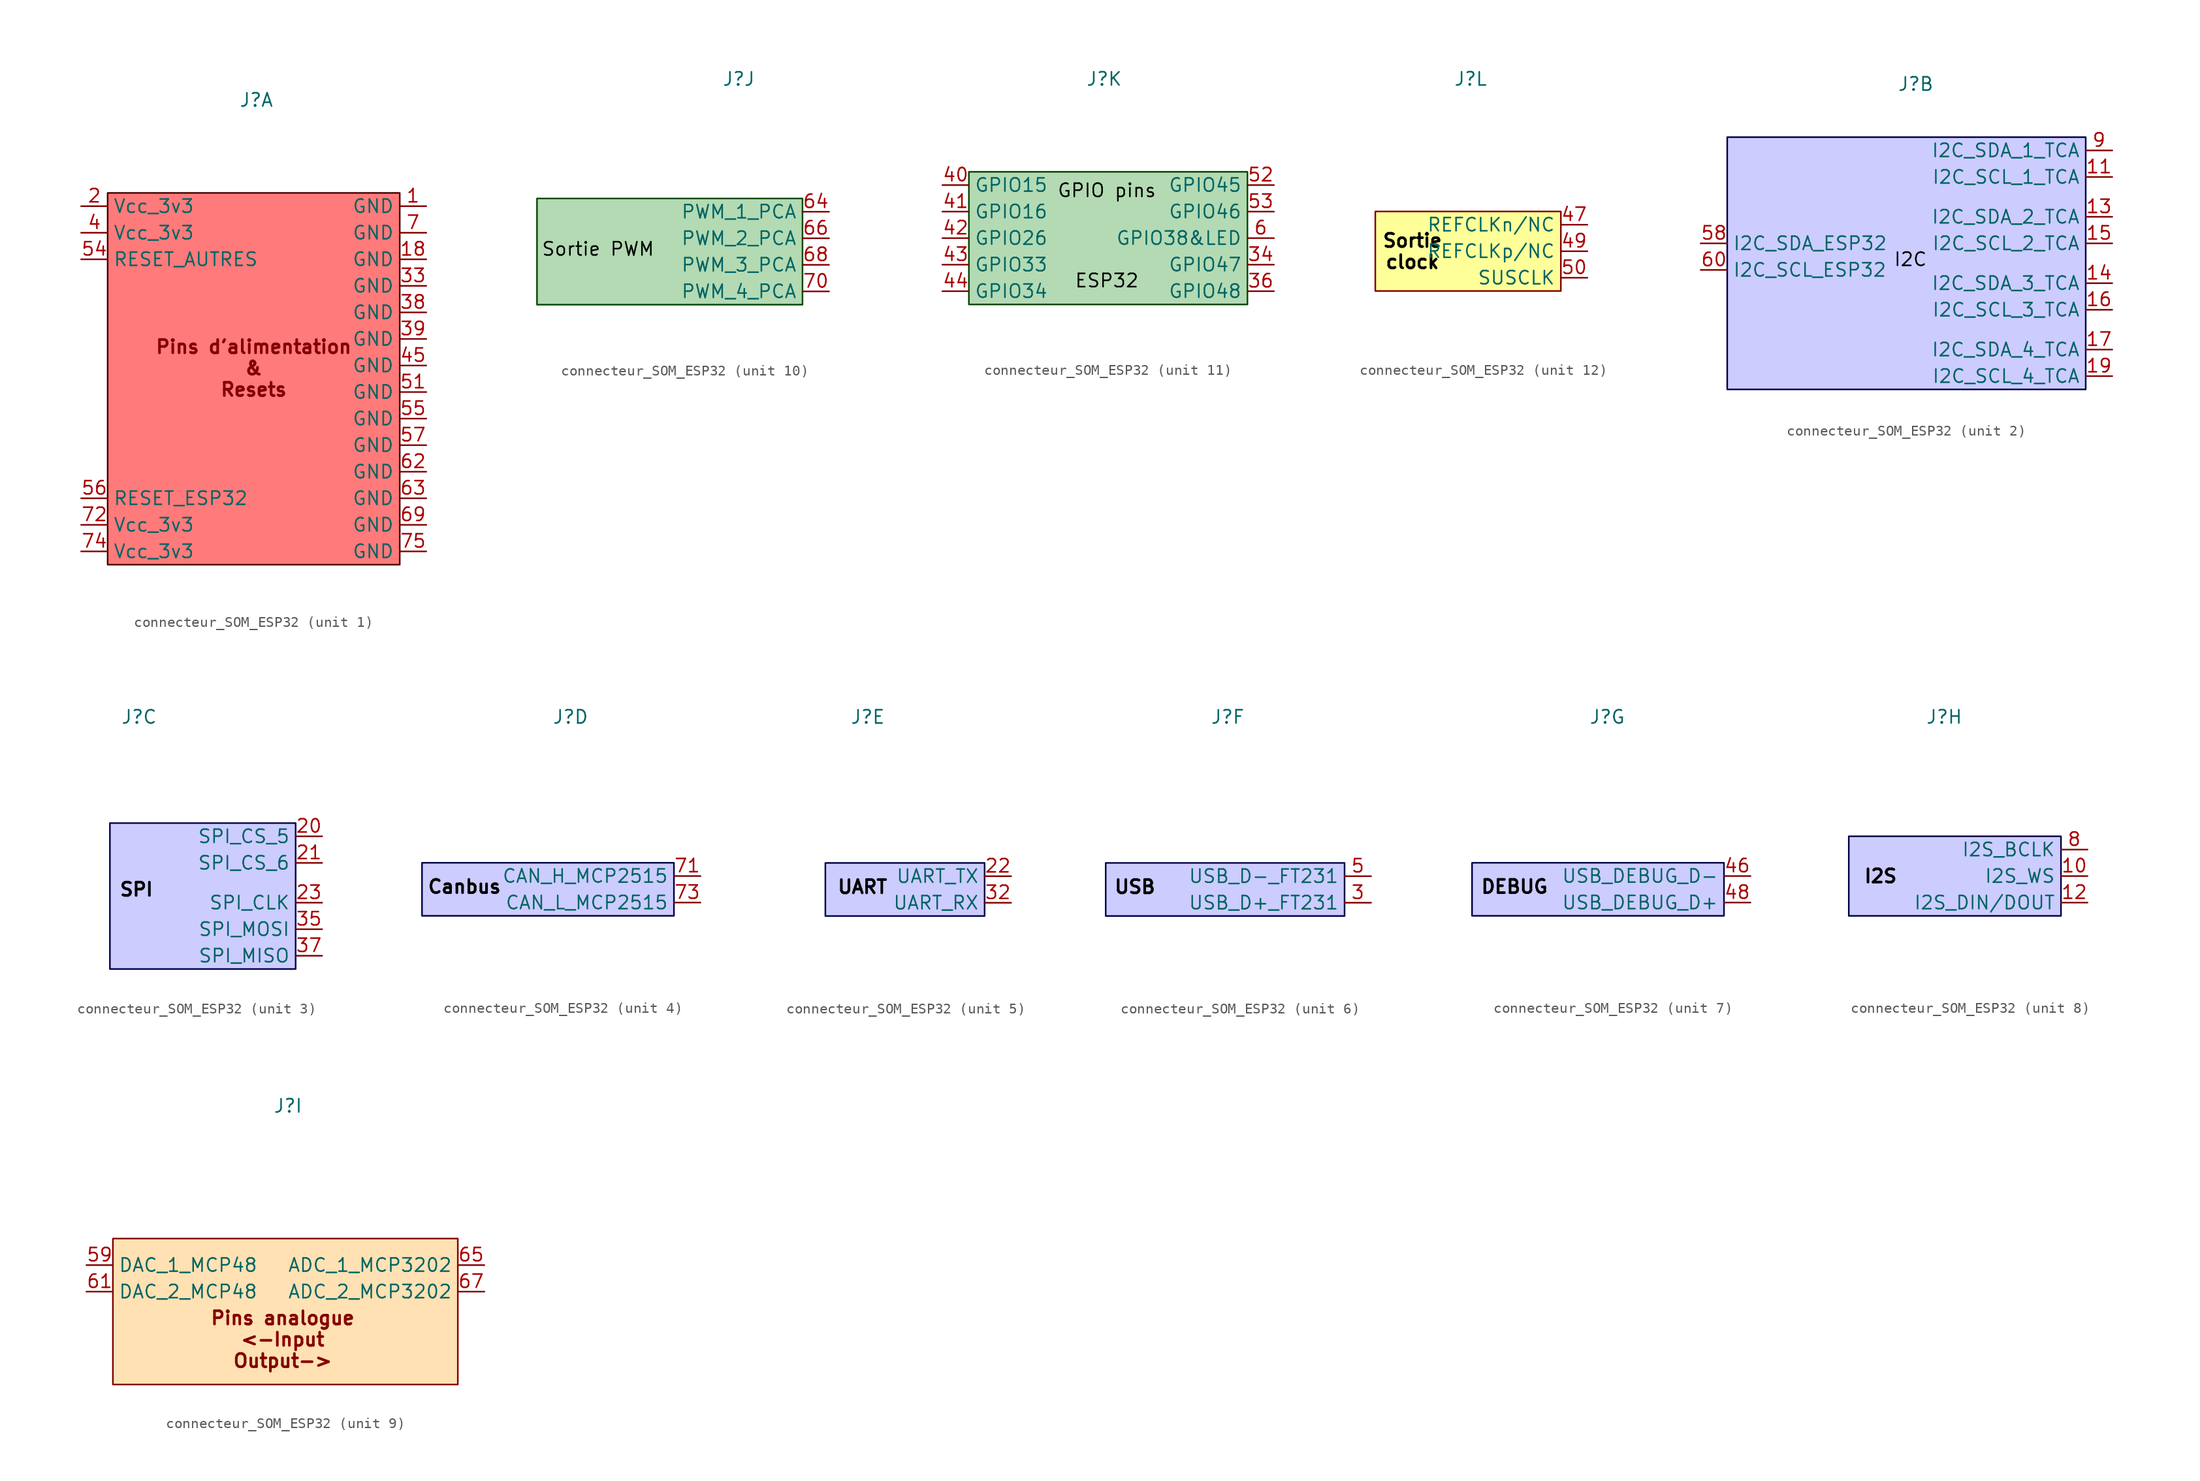
<source format=kicad_sym>
(kicad_symbol_lib
  (version 20231120)
  (generator "kicad_symbol_editor")
  (generator_version "8.0")
  (symbol "connecteur_SOM_ESP32"
    (property "Reference" "J"
      (at 0.254 16.51 0)
      (effects (font (size 1.27 1.27))))
    (property "Value" ""
      (at -6.35 -7.62 0)
      (effects (font (size 1.27 1.27))))
    (property "ki_locked" ""
      (at 0 0 0)
      (effects (font (size 1.27 1.27))))
    (symbol "connecteur_SOM_ESP32_1_1"
      (rectangle (start -13.97 7.62) (end 13.97 -27.94) (stroke (width 0) (type default) (color 72 0 0 1)) (fill (type color) (color 255 0 0 0.52)))
      (text "Pins d'alimentation\n&\nResets" (at 0 -9.144 0) (effects (font (size 1.27 1.27) (bold yes))))
      (pin power_in line (at 16.51 6.35 180) (length 2.54) (name "GND" (effects (font (size 1.27 1.27)))) (number "1" (effects (font (size 1.27 1.27)))))
      (pin power_in line (at 16.51 1.27 180) (length 2.54) (name "GND" (effects (font (size 1.27 1.27)))) (number "18" (effects (font (size 1.27 1.27)))))
      (pin power_in line (at -16.51 6.35 0) (length 2.54) (name "Vcc_3v3" (effects (font (size 1.27 1.27)))) (number "2" (effects (font (size 1.27 1.27)))))
      (pin power_in line (at 16.51 -1.27 180) (length 2.54) (name "GND" (effects (font (size 1.27 1.27)))) (number "33" (effects (font (size 1.27 1.27)))))
      (pin power_in line (at 16.51 -3.81 180) (length 2.54) (name "GND" (effects (font (size 1.27 1.27)))) (number "38" (effects (font (size 1.27 1.27)))))
      (pin power_in line (at 16.51 -6.35 180) (length 2.54) (name "GND" (effects (font (size 1.27 1.27)))) (number "39" (effects (font (size 1.27 1.27)))))
      (pin power_in line (at -16.51 3.81 0) (length 2.54) (name "Vcc_3v3" (effects (font (size 1.27 1.27)))) (number "4" (effects (font (size 1.27 1.27)))))
      (pin power_in line (at 16.51 -8.89 180) (length 2.54) (name "GND" (effects (font (size 1.27 1.27)))) (number "45" (effects (font (size 1.27 1.27)))))
      (pin power_in line (at 16.51 -11.43 180) (length 2.54) (name "GND" (effects (font (size 1.27 1.27)))) (number "51" (effects (font (size 1.27 1.27)))))
      (pin bidirectional line (at -16.51 1.27 0) (length 2.54) (name "RESET_AUTRES" (effects (font (size 1.27 1.27)))) (number "54" (effects (font (size 1.27 1.27)))))
      (pin power_in line (at 16.51 -13.97 180) (length 2.54) (name "GND" (effects (font (size 1.27 1.27)))) (number "55" (effects (font (size 1.27 1.27)))))
      (pin bidirectional line (at -16.51 -21.59 0) (length 2.54) (name "RESET_ESP32" (effects (font (size 1.27 1.27)))) (number "56" (effects (font (size 1.27 1.27)))))
      (pin power_in line (at 16.51 -16.51 180) (length 2.54) (name "GND" (effects (font (size 1.27 1.27)))) (number "57" (effects (font (size 1.27 1.27)))))
      (pin power_in line (at 16.51 -19.05 180) (length 2.54) (name "GND" (effects (font (size 1.27 1.27)))) (number "62" (effects (font (size 1.27 1.27)))))
      (pin power_in line (at 16.51 -21.59 180) (length 2.54) (name "GND" (effects (font (size 1.27 1.27)))) (number "63" (effects (font (size 1.27 1.27)))))
      (pin power_in line (at 16.51 -24.13 180) (length 2.54) (name "GND" (effects (font (size 1.27 1.27)))) (number "69" (effects (font (size 1.27 1.27)))))
      (pin power_in line (at 16.51 3.81 180) (length 2.54) (name "GND" (effects (font (size 1.27 1.27)))) (number "7" (effects (font (size 1.27 1.27)))))
      (pin power_in line (at -16.51 -24.13 0) (length 2.54) (name "Vcc_3v3" (effects (font (size 1.27 1.27)))) (number "72" (effects (font (size 1.27 1.27)))))
      (pin power_in line (at -16.51 -26.67 0) (length 2.54) (name "Vcc_3v3" (effects (font (size 1.27 1.27)))) (number "74" (effects (font (size 1.27 1.27)))))
      (pin power_in line (at 16.51 -26.67 180) (length 2.54) (name "GND" (effects (font (size 1.27 1.27)))) (number "75" (effects (font (size 1.27 1.27))))))
    (symbol "connecteur_SOM_ESP32_2_1"
      (rectangle (start -17.78 11.43) (end 16.51 -12.7) (stroke (width 0) (type default) (color 0 0 72 1)) (fill (type color) (color 0 0 255 0.2)))
      (text "I2C" (at -0.254 -0.254 0) (effects (font (size 1.27 1.27) (color 0 0 0 1))))
      (pin bidirectional line (at 19.05 7.62 180) (length 2.54) (name "I2C_SCL_1_TCA" (effects (font (size 1.27 1.27)))) (number "11" (effects (font (size 1.27 1.27)))))
      (pin bidirectional line (at 19.05 3.81 180) (length 2.54) (name "I2C_SDA_2_TCA" (effects (font (size 1.27 1.27)))) (number "13" (effects (font (size 1.27 1.27)))))
      (pin bidirectional line (at 19.05 -2.54 180) (length 2.54) (name "I2C_SDA_3_TCA" (effects (font (size 1.27 1.27)))) (number "14" (effects (font (size 1.27 1.27)))))
      (pin bidirectional line (at 19.05 1.27 180) (length 2.54) (name "I2C_SCL_2_TCA" (effects (font (size 1.27 1.27)))) (number "15" (effects (font (size 1.27 1.27)))))
      (pin bidirectional line (at 19.05 -5.08 180) (length 2.54) (name "I2C_SCL_3_TCA" (effects (font (size 1.27 1.27)))) (number "16" (effects (font (size 1.27 1.27)))))
      (pin bidirectional line (at 19.05 -8.89 180) (length 2.54) (name "I2C_SDA_4_TCA" (effects (font (size 1.27 1.27)))) (number "17" (effects (font (size 1.27 1.27)))))
      (pin bidirectional line (at 19.05 -11.43 180) (length 2.54) (name "I2C_SCL_4_TCA" (effects (font (size 1.27 1.27)))) (number "19" (effects (font (size 1.27 1.27)))))
      (pin bidirectional line (at -20.32 1.27 0) (length 2.54) (name "I2C_SDA_ESP32" (effects (font (size 1.27 1.27)))) (number "58" (effects (font (size 1.27 1.27)))))
      (pin bidirectional line (at -20.32 -1.27 0) (length 2.54) (name "I2C_SCL_ESP32" (effects (font (size 1.27 1.27)))) (number "60" (effects (font (size 1.27 1.27)))))
      (pin bidirectional line (at 19.05 10.16 180) (length 2.54) (name "I2C_SDA_1_TCA" (effects (font (size 1.27 1.27)))) (number "9" (effects (font (size 1.27 1.27))))))
    (symbol "connecteur_SOM_ESP32_3_1"
      (rectangle (start -2.54 6.35) (end 15.24 -7.62) (stroke (width 0) (type default) (color 0 0 72 1)) (fill (type color) (color 0 0 255 0.2)))
      (text "SPI" (at 0 0 0) (effects (font (size 1.27 1.27) (bold yes) (color 0 0 0 1))))
      (pin bidirectional line (at 17.78 5.08 180) (length 2.54) (name "SPI_CS_5" (effects (font (size 1.27 1.27)))) (number "20" (effects (font (size 1.27 1.27)))))
      (pin bidirectional line (at 17.78 2.54 180) (length 2.54) (name "SPI_CS_6" (effects (font (size 1.27 1.27)))) (number "21" (effects (font (size 1.27 1.27)))))
      (pin bidirectional line (at 17.78 -1.27 180) (length 2.54) (name "SPI_CLK" (effects (font (size 1.27 1.27)))) (number "23" (effects (font (size 1.27 1.27)))))
      (pin bidirectional line (at 17.78 -3.81 180) (length 2.54) (name "SPI_MOSI" (effects (font (size 1.27 1.27)))) (number "35" (effects (font (size 1.27 1.27)))))
      (pin bidirectional line (at 17.78 -6.35 180) (length 2.54) (name "SPI_MISO" (effects (font (size 1.27 1.27)))) (number "37" (effects (font (size 1.27 1.27))))))
    (symbol "connecteur_SOM_ESP32_4_1"
      (rectangle (start -13.97 2.54) (end 10.16 -2.54) (stroke (width 0) (type default) (color 0 0 72 1)) (fill (type color) (color 0 0 255 0.2)))
      (text "Canbus" (at -9.906 0.254 0) (effects (font (size 1.27 1.27) (bold yes) (color 0 0 0 1))))
      (pin bidirectional line (at 12.7 1.27 180) (length 2.54) (name "CAN_H_MCP2515" (effects (font (size 1.27 1.27)))) (number "71" (effects (font (size 1.27 1.27)))))
      (pin bidirectional line (at 12.7 -1.27 180) (length 2.54) (name "CAN_L_MCP2515" (effects (font (size 1.27 1.27)))) (number "73" (effects (font (size 1.27 1.27))))))
    (symbol "connecteur_SOM_ESP32_5_1"
      (rectangle (start -3.81 2.54) (end 11.43 -2.54) (stroke (width 0) (type default) (color 0 0 72 1)) (fill (type color) (color 0 0 255 0.2)))
      (text "UART" (at -0.254 0.254 0) (effects (font (size 1.27 1.27) (bold yes) (color 0 0 0 1))))
      (pin bidirectional line (at 13.97 1.27 180) (length 2.54) (name "UART_TX" (effects (font (size 1.27 1.27)))) (number "22" (effects (font (size 1.27 1.27)))))
      (pin bidirectional line (at 13.97 -1.27 180) (length 2.54) (name "UART_RX" (effects (font (size 1.27 1.27)))) (number "32" (effects (font (size 1.27 1.27))))))
    (symbol "connecteur_SOM_ESP32_6_1"
      (rectangle (start -11.43 2.54) (end 11.43 -2.54) (stroke (width 0) (type default) (color 0 0 72 1)) (fill (type color) (color 0 0 255 0.2)))
      (text "USB" (at -8.636 0.254 0) (effects (font (size 1.27 1.27) (bold yes) (color 0 0 0 1))))
      (pin bidirectional line (at 13.97 -1.27 180) (length 2.54) (name "USB_D+_FT231" (effects (font (size 1.27 1.27)))) (number "3" (effects (font (size 1.27 1.27)))))
      (pin bidirectional line (at 13.97 1.27 180) (length 2.54) (name "USB_D-_FT231" (effects (font (size 1.27 1.27)))) (number "5" (effects (font (size 1.27 1.27))))))
    (symbol "connecteur_SOM_ESP32_7_1"
      (rectangle (start -12.7 2.54) (end 11.43 -2.54) (stroke (width 0) (type default) (color 0 0 72 1)) (fill (type color) (color 0 0 255 0.2)))
      (text "DEBUG" (at -8.636 0.254 0) (effects (font (size 1.27 1.27) (bold yes) (color 0 0 0 1))))
      (pin bidirectional line (at 13.97 1.27 180) (length 2.54) (name "USB_DEBUG_D-" (effects (font (size 1.27 1.27)))) (number "46" (effects (font (size 1.27 1.27)))))
      (pin bidirectional line (at 13.97 -1.27 180) (length 2.54) (name "USB_DEBUG_D+" (effects (font (size 1.27 1.27)))) (number "48" (effects (font (size 1.27 1.27))))))
    (symbol "connecteur_SOM_ESP32_8_1"
      (rectangle (start -8.89 5.08) (end 11.43 -2.54) (stroke (width 0) (type default) (color 0 0 72 1)) (fill (type color) (color 0 0 255 0.2)))
      (text "I2S" (at -5.842 1.27 0) (effects (font (size 1.27 1.27) (bold yes) (color 0 0 0 1))))
      (pin bidirectional line (at 13.97 1.27 180) (length 2.54) (name "I2S_WS" (effects (font (size 1.27 1.27)))) (number "10" (effects (font (size 1.27 1.27)))))
      (pin bidirectional line (at 13.97 -1.27 180) (length 2.54) (name "I2S_DIN/DOUT" (effects (font (size 1.27 1.27)))) (number "12" (effects (font (size 1.27 1.27)))))
      (pin bidirectional line (at 13.97 3.81 180) (length 2.54) (name "I2S_BCLK" (effects (font (size 1.27 1.27)))) (number "8" (effects (font (size 1.27 1.27))))))
    (symbol "connecteur_SOM_ESP32_9_1"
      (rectangle (start -16.51 3.81) (end 16.51 -10.16) (stroke (width 0) (type default)) (fill (type color) (color 255 153 0 0.3)))
      (text "Pins analogue\n<-Input\nOutput->" (at -0.254 -5.842 0) (effects (font (size 1.27 1.27) (bold yes))))
      (pin bidirectional line (at -19.05 1.27 0) (length 2.54) (name "DAC_1_MCP48" (effects (font (size 1.27 1.27)))) (number "59" (effects (font (size 1.27 1.27)))))
      (pin bidirectional line (at -19.05 -1.27 0) (length 2.54) (name "DAC_2_MCP48" (effects (font (size 1.27 1.27)))) (number "61" (effects (font (size 1.27 1.27)))))
      (pin power_in line (at 19.05 1.27 180) (length 2.54) (name "ADC_1_MCP3202" (effects (font (size 1.27 1.27)))) (number "65" (effects (font (size 1.27 1.27)))))
      (pin power_in line (at 19.05 -1.27 180) (length 2.54) (name "ADC_2_MCP3202" (effects (font (size 1.27 1.27)))) (number "67" (effects (font (size 1.27 1.27))))))
    (symbol "connecteur_SOM_ESP32_10_1"
      (rectangle (start -19.05 5.08) (end 6.35 -5.08) (stroke (width 0) (type default) (color 0 72 0 1)) (fill (type color) (color 0 132 0 0.3)))
      (text "Sortie PWM\n" (at -13.208 0.254 0) (effects (font (size 1.27 1.27) (color 0 0 0 1))))
      (pin output line (at 8.89 3.81 180) (length 2.54) (name "PWM_1_PCA" (effects (font (size 1.27 1.27)))) (number "64" (effects (font (size 1.27 1.27)))))
      (pin output line (at 8.89 1.27 180) (length 2.54) (name "PWM_2_PCA" (effects (font (size 1.27 1.27)))) (number "66" (effects (font (size 1.27 1.27)))))
      (pin output line (at 8.89 -1.27 180) (length 2.54) (name "PWM_3_PCA" (effects (font (size 1.27 1.27)))) (number "68" (effects (font (size 1.27 1.27)))))
      (pin output line (at 8.89 -3.81 180) (length 2.54) (name "PWM_4_PCA" (effects (font (size 1.27 1.27)))) (number "70" (effects (font (size 1.27 1.27))))))
    (symbol "connecteur_SOM_ESP32_11_1"
      (rectangle (start -12.7 7.62) (end 13.97 -5.08) (stroke (width 0) (type default) (color 0 72 0 1)) (fill (type color) (color 0 132 0 0.3)))
      (text "ESP32\n" (at 0.508 -2.794 0) (effects (font (size 1.27 1.27) (color 0 0 0 1))))
      (text "GPIO pins" (at 0.508 5.842 0) (effects (font (size 1.27 1.27) (color 0 0 0 1))))
      (pin bidirectional line (at 16.51 -1.27 180) (length 2.54) (name "GPIO47" (effects (font (size 1.27 1.27)))) (number "34" (effects (font (size 1.27 1.27)))))
      (pin bidirectional line (at 16.51 -3.81 180) (length 2.54) (name "GPIO48" (effects (font (size 1.27 1.27)))) (number "36" (effects (font (size 1.27 1.27)))))
      (pin bidirectional line (at -15.24 6.35 0) (length 2.54) (name "GPIO15" (effects (font (size 1.27 1.27)))) (number "40" (effects (font (size 1.27 1.27)))))
      (pin bidirectional line (at -15.24 3.81 0) (length 2.54) (name "GPIO16" (effects (font (size 1.27 1.27)))) (number "41" (effects (font (size 1.27 1.27)))))
      (pin bidirectional line (at -15.24 1.27 0) (length 2.54) (name "GPIO26" (effects (font (size 1.27 1.27)))) (number "42" (effects (font (size 1.27 1.27)))))
      (pin bidirectional line (at -15.24 -1.27 0) (length 2.54) (name "GPIO33" (effects (font (size 1.27 1.27)))) (number "43" (effects (font (size 1.27 1.27)))))
      (pin bidirectional line (at -15.24 -3.81 0) (length 2.54) (name "GPIO34" (effects (font (size 1.27 1.27)))) (number "44" (effects (font (size 1.27 1.27)))))
      (pin bidirectional line (at 16.51 6.35 180) (length 2.54) (name "GPIO45" (effects (font (size 1.27 1.27)))) (number "52" (effects (font (size 1.27 1.27)))))
      (pin bidirectional line (at 16.51 3.81 180) (length 2.54) (name "GPIO46" (effects (font (size 1.27 1.27)))) (number "53" (effects (font (size 1.27 1.27)))))
      (pin bidirectional line (at 16.51 1.27 180) (length 2.54) (name "GPIO38&LED" (effects (font (size 1.27 1.27)))) (number "6" (effects (font (size 1.27 1.27))))))
    (symbol "connecteur_SOM_ESP32_12_1"
      (rectangle (start -8.89 3.81) (end 8.89 -3.81) (stroke (width 0) (type default)) (fill (type color) (color 255 255 0 0.4)))
      (text "Sortie\nclock" (at -5.334 0 0) (effects (font (size 1.27 1.27) (bold yes) (color 0 0 0 1))))
      (pin output line (at 11.43 2.54 180) (length 2.54) (name "REFCLKn/NC" (effects (font (size 1.27 1.27)))) (number "47" (effects (font (size 1.27 1.27)))))
      (pin output line (at 11.43 0 180) (length 2.54) (name "REFCLKp/NC" (effects (font (size 1.27 1.27)))) (number "49" (effects (font (size 1.27 1.27)))))
      (pin output line (at 11.43 -2.54 180) (length 2.54) (name "SUSCLK" (effects (font (size 1.27 1.27)))) (number "50" (effects (font (size 1.27 1.27))))))))
</source>
